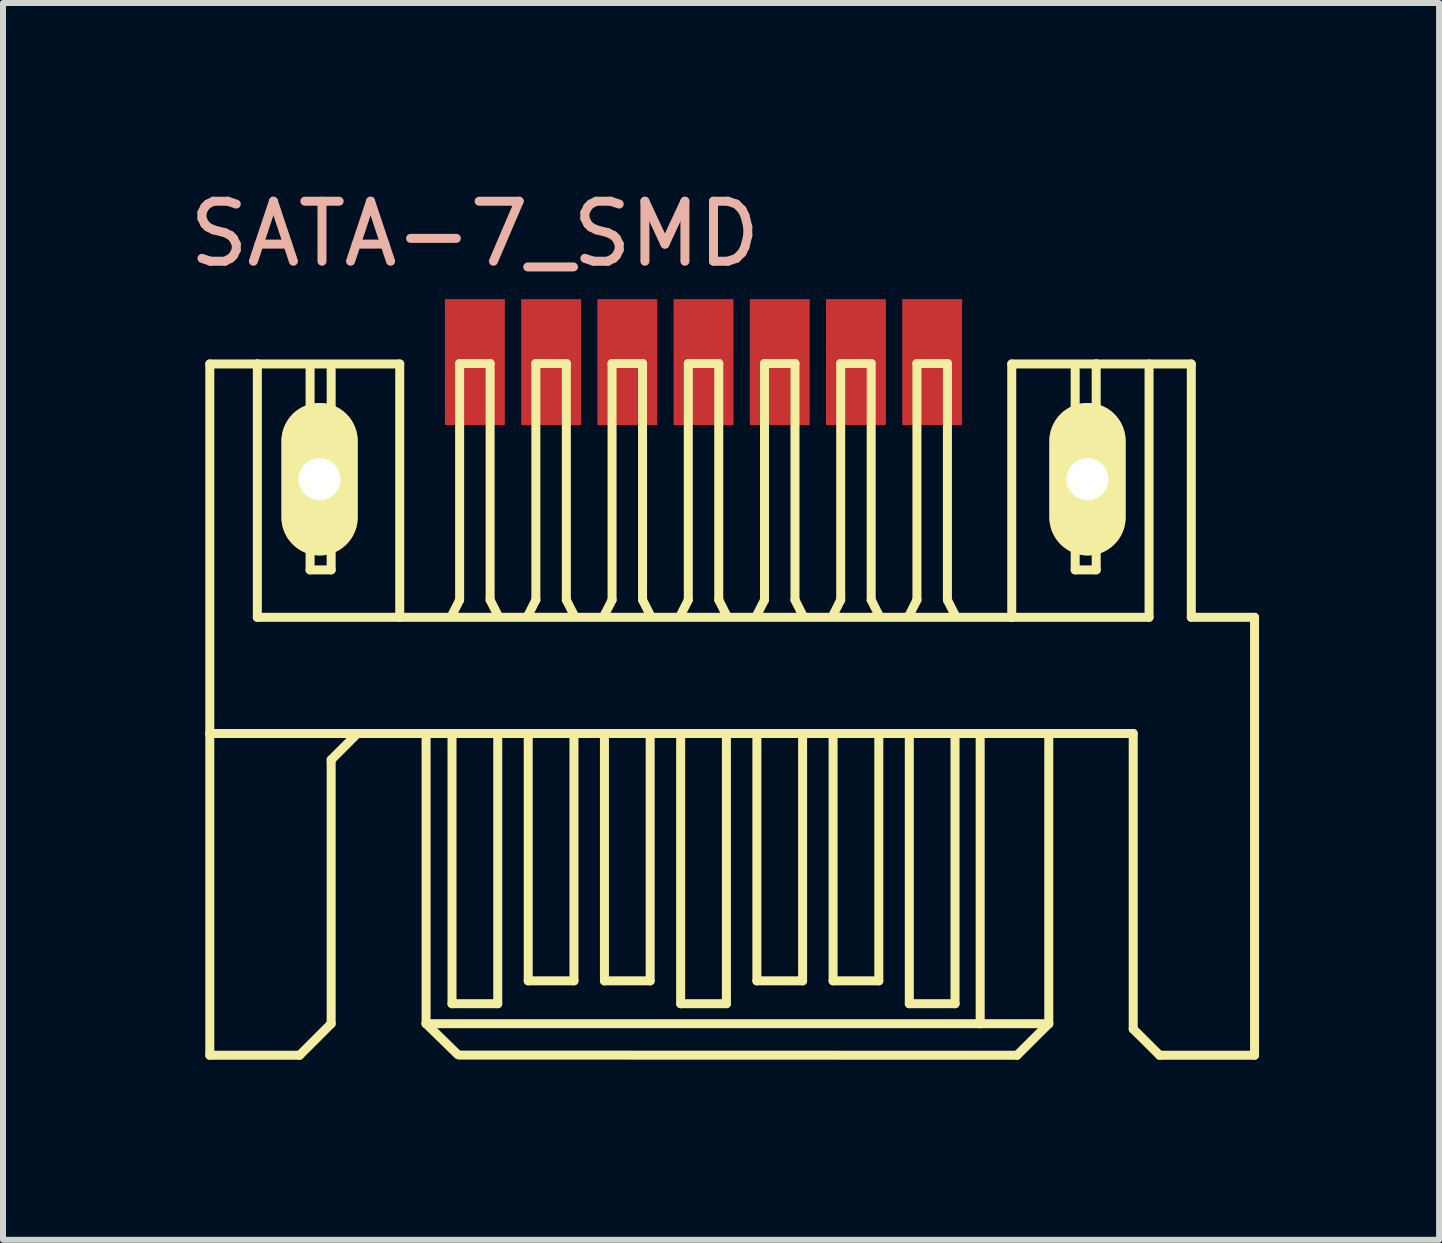
<source format=kicad_pcb>
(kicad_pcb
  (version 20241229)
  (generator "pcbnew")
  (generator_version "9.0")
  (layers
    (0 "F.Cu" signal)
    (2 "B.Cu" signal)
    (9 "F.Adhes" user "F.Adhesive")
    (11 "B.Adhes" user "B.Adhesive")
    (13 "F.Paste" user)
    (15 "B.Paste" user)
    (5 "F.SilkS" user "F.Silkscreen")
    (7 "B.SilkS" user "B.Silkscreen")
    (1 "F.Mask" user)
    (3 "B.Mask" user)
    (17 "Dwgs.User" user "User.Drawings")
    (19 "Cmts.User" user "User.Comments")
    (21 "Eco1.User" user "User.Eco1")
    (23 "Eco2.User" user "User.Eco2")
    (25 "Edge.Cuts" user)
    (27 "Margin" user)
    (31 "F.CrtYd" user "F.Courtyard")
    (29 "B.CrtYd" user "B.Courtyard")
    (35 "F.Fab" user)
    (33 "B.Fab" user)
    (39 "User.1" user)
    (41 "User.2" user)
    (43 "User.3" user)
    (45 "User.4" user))
  (footprint "SATA-7_SMD"
    (layer "F.Cu")
    (at 8.673 14.183)
    (property "Reference" "SATA-7_SMD" (at -3.81 -13.335 0) (layer "B.SilkS") (effects (font (size 1 1) (thickness 0.15))))
    (attr smd)
    (fp_line (start -8.227 -11.168) (end -7.435 -11.168) (stroke (width 0.15) (type solid)) (layer "F.SilkS"))
    (fp_line (start -8.227 -5.011) (end -8.227 -11.168) (stroke (width 0.15) (type solid)) (layer "F.SilkS"))
    (fp_line (start -8.227 -5.011) (end 5.753 -5.011) (stroke (width 0.15) (type solid)) (layer "F.SilkS"))
    (fp_line (start -8.227 0.351) (end -8.227 -5.011) (stroke (width 0.15) (type solid)) (layer "F.SilkS"))
    (fp_line (start -7.435 -11.168) (end -7.435 -6.947) (stroke (width 0.15) (type solid)) (layer "F.SilkS"))
    (fp_line (start -7.435 -11.168) (end -5.062 -11.168) (stroke (width 0.15) (type solid)) (layer "F.SilkS"))
    (fp_line (start -7.435 -6.947) (end 5.136 -6.947) (stroke (width 0.15) (type solid)) (layer "F.SilkS"))
    (fp_line (start -6.749 -8.499) (end -6.749 -10) (stroke (width 0.1) (type solid)) (layer "F.SilkS"))
    (fp_line (start -6.731 0.351) (end -8.227 0.351) (stroke (width 0.15) (type solid)) (layer "F.SilkS"))
    (fp_line (start -6.556 -11.079) (end -6.556 -7.737) (stroke (width 0.15) (type solid)) (layer "F.SilkS"))
    (fp_line (start -6.556 -7.737) (end -6.205 -7.737) (stroke (width 0.15) (type solid)) (layer "F.SilkS"))
    (fp_line (start -6.205 -7.737) (end -6.205 -11.079) (stroke (width 0.15) (type solid)) (layer "F.SilkS"))
    (fp_line (start -6.205 -4.572) (end -5.766 -5.011) (stroke (width 0.15) (type solid)) (layer "F.SilkS"))
    (fp_line (start -6.205 -0.175) (end -6.731 0.351) (stroke (width 0.15) (type solid)) (layer "F.SilkS"))
    (fp_line (start -6.205 -0.175) (end -6.205 -4.572) (stroke (width 0.15) (type solid)) (layer "F.SilkS"))
    (fp_line (start -6.048 -10) (end -6.048 -8.499) (stroke (width 0.1) (type solid)) (layer "F.SilkS"))
    (fp_line (start -5.062 -11.168) (end -5.062 -6.947) (stroke (width 0.15) (type solid)) (layer "F.SilkS"))
    (fp_line (start -4.623 -0.175) (end -4.623 -4.923) (stroke (width 0.15) (type solid)) (layer "F.SilkS"))
    (fp_line (start -4.191 -6.985) (end -4.064 -7.236) (stroke (width 0.15) (type solid)) (layer "F.SilkS"))
    (fp_line (start -4.191 -0.508) (end -4.191 -4.953) (stroke (width 0.15) (type solid)) (layer "F.SilkS"))
    (fp_line (start -4.097 0.338) (end -4.623 -0.175) (stroke (width 0.15) (type solid)) (layer "F.SilkS"))
    (fp_line (start -4.064 -11.176) (end -3.556 -11.176) (stroke (width 0.15) (type solid)) (layer "F.SilkS"))
    (fp_line (start -4.064 -7.236) (end -4.064 -11.176) (stroke (width 0.15) (type solid)) (layer "F.SilkS"))
    (fp_line (start -3.556 -11.176) (end -3.556 -7.236) (stroke (width 0.15) (type solid)) (layer "F.SilkS"))
    (fp_line (start -3.556 -7.236) (end -3.429 -6.985) (stroke (width 0.15) (type solid)) (layer "F.SilkS"))
    (fp_line (start -3.429 -4.953) (end -3.429 -0.508) (stroke (width 0.15) (type solid)) (layer "F.SilkS"))
    (fp_line (start -3.429 -0.508) (end -4.191 -0.508) (stroke (width 0.15) (type solid)) (layer "F.SilkS"))
    (fp_line (start -2.921 -6.985) (end -2.794 -7.236) (stroke (width 0.15) (type solid)) (layer "F.SilkS"))
    (fp_line (start -2.921 -4.953) (end -2.921 -0.889) (stroke (width 0.15) (type solid)) (layer "F.SilkS"))
    (fp_line (start -2.921 -0.889) (end -2.159 -0.889) (stroke (width 0.15) (type solid)) (layer "F.SilkS"))
    (fp_line (start -2.794 -11.176) (end -2.286 -11.176) (stroke (width 0.15) (type solid)) (layer "F.SilkS"))
    (fp_line (start -2.794 -7.236) (end -2.794 -11.176) (stroke (width 0.15) (type solid)) (layer "F.SilkS"))
    (fp_line (start -2.286 -11.176) (end -2.286 -7.236) (stroke (width 0.15) (type solid)) (layer "F.SilkS"))
    (fp_line (start -2.286 -7.236) (end -2.159 -6.985) (stroke (width 0.15) (type solid)) (layer "F.SilkS"))
    (fp_line (start -2.159 -0.889) (end -2.159 -4.953) (stroke (width 0.15) (type solid)) (layer "F.SilkS"))
    (fp_line (start -1.651 -6.985) (end -1.524 -7.236) (stroke (width 0.15) (type solid)) (layer "F.SilkS"))
    (fp_line (start -1.651 -4.953) (end -1.651 -0.889) (stroke (width 0.15) (type solid)) (layer "F.SilkS"))
    (fp_line (start -1.651 -0.889) (end -0.889 -0.889) (stroke (width 0.15) (type solid)) (layer "F.SilkS"))
    (fp_line (start -1.524 -11.176) (end -1.016 -11.176) (stroke (width 0.15) (type solid)) (layer "F.SilkS"))
    (fp_line (start -1.524 -7.236) (end -1.524 -11.176) (stroke (width 0.15) (type solid)) (layer "F.SilkS"))
    (fp_line (start -1.016 -11.176) (end -1.016 -7.236) (stroke (width 0.15) (type solid)) (layer "F.SilkS"))
    (fp_line (start -1.016 -7.236) (end -0.889 -6.985) (stroke (width 0.15) (type solid)) (layer "F.SilkS"))
    (fp_line (start -0.889 -0.889) (end -0.889 -4.953) (stroke (width 0.15) (type solid)) (layer "F.SilkS"))
    (fp_line (start -0.381 -6.985) (end -0.254 -7.236) (stroke (width 0.15) (type solid)) (layer "F.SilkS"))
    (fp_line (start -0.381 -4.953) (end -0.381 -0.508) (stroke (width 0.15) (type solid)) (layer "F.SilkS"))
    (fp_line (start -0.381 -0.508) (end 0.381 -0.508) (stroke (width 0.15) (type solid)) (layer "F.SilkS"))
    (fp_line (start -0.254 -11.176) (end 0.254 -11.176) (stroke (width 0.15) (type solid)) (layer "F.SilkS"))
    (fp_line (start -0.254 -7.236) (end -0.254 -11.176) (stroke (width 0.15) (type solid)) (layer "F.SilkS"))
    (fp_line (start 0.254 -11.176) (end 0.254 -7.236) (stroke (width 0.15) (type solid)) (layer "F.SilkS"))
    (fp_line (start 0.254 -7.236) (end 0.381 -6.985) (stroke (width 0.15) (type solid)) (layer "F.SilkS"))
    (fp_line (start 0.381 -0.508) (end 0.381 -4.953) (stroke (width 0.15) (type solid)) (layer "F.SilkS"))
    (fp_line (start 0.889 -6.985) (end 1.016 -7.236) (stroke (width 0.15) (type solid)) (layer "F.SilkS"))
    (fp_line (start 0.889 -4.953) (end 0.889 -0.889) (stroke (width 0.15) (type solid)) (layer "F.SilkS"))
    (fp_line (start 0.889 -0.889) (end 1.651 -0.889) (stroke (width 0.15) (type solid)) (layer "F.SilkS"))
    (fp_line (start 1.016 -11.176) (end 1.524 -11.176) (stroke (width 0.15) (type solid)) (layer "F.SilkS"))
    (fp_line (start 1.016 -7.236) (end 1.016 -11.176) (stroke (width 0.15) (type solid)) (layer "F.SilkS"))
    (fp_line (start 1.524 -11.176) (end 1.524 -7.236) (stroke (width 0.15) (type solid)) (layer "F.SilkS"))
    (fp_line (start 1.524 -7.236) (end 1.651 -6.985) (stroke (width 0.15) (type solid)) (layer "F.SilkS"))
    (fp_line (start 1.651 -0.889) (end 1.651 -4.953) (stroke (width 0.15) (type solid)) (layer "F.SilkS"))
    (fp_line (start 2.159 -6.985) (end 2.286 -7.236) (stroke (width 0.15) (type solid)) (layer "F.SilkS"))
    (fp_line (start 2.159 -4.953) (end 2.159 -0.889) (stroke (width 0.15) (type solid)) (layer "F.SilkS"))
    (fp_line (start 2.159 -0.889) (end 2.921 -0.889) (stroke (width 0.15) (type solid)) (layer "F.SilkS"))
    (fp_line (start 2.286 -11.176) (end 2.794 -11.176) (stroke (width 0.15) (type solid)) (layer "F.SilkS"))
    (fp_line (start 2.286 -7.236) (end 2.286 -11.176) (stroke (width 0.15) (type solid)) (layer "F.SilkS"))
    (fp_line (start 2.794 -11.176) (end 2.794 -7.236) (stroke (width 0.15) (type solid)) (layer "F.SilkS"))
    (fp_line (start 2.794 -7.236) (end 2.921 -6.985) (stroke (width 0.15) (type solid)) (layer "F.SilkS"))
    (fp_line (start 2.921 -0.889) (end 2.921 -4.953) (stroke (width 0.15) (type solid)) (layer "F.SilkS"))
    (fp_line (start 3.429 -6.985) (end 3.556 -7.236) (stroke (width 0.15) (type solid)) (layer "F.SilkS"))
    (fp_line (start 3.429 -4.953) (end 3.429 -0.508) (stroke (width 0.15) (type solid)) (layer "F.SilkS"))
    (fp_line (start 3.429 -0.508) (end 4.191 -0.508) (stroke (width 0.15) (type solid)) (layer "F.SilkS"))
    (fp_line (start 3.556 -11.176) (end 4.064 -11.176) (stroke (width 0.15) (type solid)) (layer "F.SilkS"))
    (fp_line (start 3.556 -7.236) (end 3.556 -11.176) (stroke (width 0.15) (type solid)) (layer "F.SilkS"))
    (fp_line (start 4.064 -11.176) (end 4.064 -7.236) (stroke (width 0.15) (type solid)) (layer "F.SilkS"))
    (fp_line (start 4.064 -7.236) (end 4.191 -6.985) (stroke (width 0.15) (type solid)) (layer "F.SilkS"))
    (fp_line (start 4.191 -0.508) (end 4.191 -4.953) (stroke (width 0.15) (type solid)) (layer "F.SilkS"))
    (fp_line (start 4.61 -0.175) (end -4.623 -0.175) (stroke (width 0.15) (type solid)) (layer "F.SilkS"))
    (fp_line (start 4.61 -0.175) (end 4.61 -4.923) (stroke (width 0.15) (type solid)) (layer "F.SilkS"))
    (fp_line (start 5.136 -11.168) (end 6.543 -11.168) (stroke (width 0.15) (type solid)) (layer "F.SilkS"))
    (fp_line (start 5.136 -6.947) (end 5.136 -11.168) (stroke (width 0.15) (type solid)) (layer "F.SilkS"))
    (fp_line (start 5.136 -6.947) (end 7.424 -6.947) (stroke (width 0.15) (type solid)) (layer "F.SilkS"))
    (fp_line (start 5.225 0.351) (end -4.074 0.348) (stroke (width 0.15) (type solid)) (layer "F.SilkS"))
    (fp_line (start 5.664 -0.175) (end 4.61 -0.175) (stroke (width 0.15) (type solid)) (layer "F.SilkS"))
    (fp_line (start 5.753 -5.011) (end 5.753 -0.175) (stroke (width 0.15) (type solid)) (layer "F.SilkS"))
    (fp_line (start 5.753 -0.175) (end 5.225 0.351) (stroke (width 0.15) (type solid)) (layer "F.SilkS"))
    (fp_line (start 5.753 -0.175) (end 5.753 -0.175) (stroke (width 0.15) (type solid)) (layer "F.SilkS"))
    (fp_line (start 6.048 -8.499) (end 6.048 -10) (stroke (width 0.1) (type solid)) (layer "F.SilkS"))
    (fp_line (start 6.193 -11.079) (end 6.193 -7.737) (stroke (width 0.15) (type solid)) (layer "F.SilkS"))
    (fp_line (start 6.193 -7.737) (end 6.543 -7.737) (stroke (width 0.15) (type solid)) (layer "F.SilkS"))
    (fp_line (start 6.543 -11.168) (end 8.128 -11.168) (stroke (width 0.15) (type solid)) (layer "F.SilkS"))
    (fp_line (start 6.543 -7.737) (end 6.543 -11.168) (stroke (width 0.15) (type solid)) (layer "F.SilkS"))
    (fp_line (start 6.749 -10) (end 6.749 -8.499) (stroke (width 0.1) (type solid)) (layer "F.SilkS"))
    (fp_line (start 7.16 -5.011) (end 5.753 -5.011) (stroke (width 0.15) (type solid)) (layer "F.SilkS"))
    (fp_line (start 7.16 -0.086) (end 7.16 -5.011) (stroke (width 0.15) (type solid)) (layer "F.SilkS"))
    (fp_line (start 7.424 -6.947) (end 7.424 -11.168) (stroke (width 0.15) (type solid)) (layer "F.SilkS"))
    (fp_line (start 7.6 0.351) (end 7.16 -0.086) (stroke (width 0.15) (type solid)) (layer "F.SilkS"))
    (fp_line (start 8.128 -11.168) (end 8.128 -6.947) (stroke (width 0.15) (type solid)) (layer "F.SilkS"))
    (fp_line (start 8.128 -6.947) (end 9.182 -6.947) (stroke (width 0.15) (type solid)) (layer "F.SilkS"))
    (fp_line (start 9.182 -6.947) (end 9.182 0.351) (stroke (width 0.15) (type solid)) (layer "F.SilkS"))
    (fp_line (start 9.182 0.351) (end 7.6 0.351) (stroke (width 0.15) (type solid)) (layer "F.SilkS"))
    (fp_arc (start -6.74878 -9.99998) (mid -6.646115 -10.247835) (end -6.39826 -10.3505) (stroke (width 0.1) (type solid)) (layer "F.SilkS"))
    (fp_arc (start -6.39826 -10.34796) (mid -6.152201 -10.246039) (end -6.05028 -9.99998) (stroke (width 0.1) (type solid)) (layer "F.SilkS"))
    (fp_arc (start -6.39826 -8.14832) (mid -6.646115 -8.250985) (end -6.74878 -8.49884) (stroke (width 0.1) (type solid)) (layer "F.SilkS"))
    (fp_arc (start -6.04774 -8.49884) (mid -6.150405 -8.250985) (end -6.39826 -8.14832) (stroke (width 0.1) (type solid)) (layer "F.SilkS"))
    (fp_arc (start 6.04774 -9.99998) (mid 6.150405 -10.247835) (end 6.39826 -10.3505) (stroke (width 0.1) (type solid)) (layer "F.SilkS"))
    (fp_arc (start 6.39826 -10.34796) (mid 6.644319 -10.246039) (end 6.74624 -9.99998) (stroke (width 0.1) (type solid)) (layer "F.SilkS"))
    (fp_arc (start 6.39826 -8.14832) (mid 6.150405 -8.250985) (end 6.04774 -8.49884) (stroke (width 0.1) (type solid)) (layer "F.SilkS"))
    (fp_arc (start 6.74878 -8.49884) (mid 6.646115 -8.250985) (end 6.39826 -8.14832) (stroke (width 0.1) (type solid)) (layer "F.SilkS"))
    (pad "1" smd rect (at -3.81 -11.199) (size 0.998 2.098) (layers "F.Cu" "F.Mask" "F.Paste"))
    (pad "2" smd rect (at -2.54 -11.199) (size 0.998 2.098) (layers "F.Cu" "F.Mask" "F.Paste"))
    (pad "3" smd rect (at -1.27 -11.199) (size 0.998 2.098) (layers "F.Cu" "F.Mask" "F.Paste"))
    (pad "4" smd rect (at 0 -11.199) (size 0.998 2.098) (layers "F.Cu" "F.Mask" "F.Paste"))
    (pad "5" smd rect (at 1.27 -11.199) (size 0.998 2.098) (layers "F.Cu" "F.Mask" "F.Paste"))
    (pad "6" smd rect (at 2.54 -11.199) (size 0.998 2.098) (layers "F.Cu" "F.Mask" "F.Paste"))
    (pad "7" smd rect (at 3.81 -11.199) (size 0.998 2.098) (layers "F.Cu" "F.Mask" "F.Paste"))
    (pad "M1" thru_hole oval (at -6.398 -9.248) (size 1.27 2.54) (drill 0.699) (layers "*.Cu" "F.Mask" "F.SilkS" "F.Paste"))
    (pad "M2" thru_hole oval (at 6.398 -9.248) (size 1.27 2.54) (drill 0.699) (layers "*.Cu" "F.Mask" "F.SilkS" "F.Paste")))
  (gr_rect
    (start -3 -3)
    (end 20.93 17.609)
    (stroke (width 0.1) (type default))
    (fill no)
    (layer "Edge.Cuts")))
</source>
